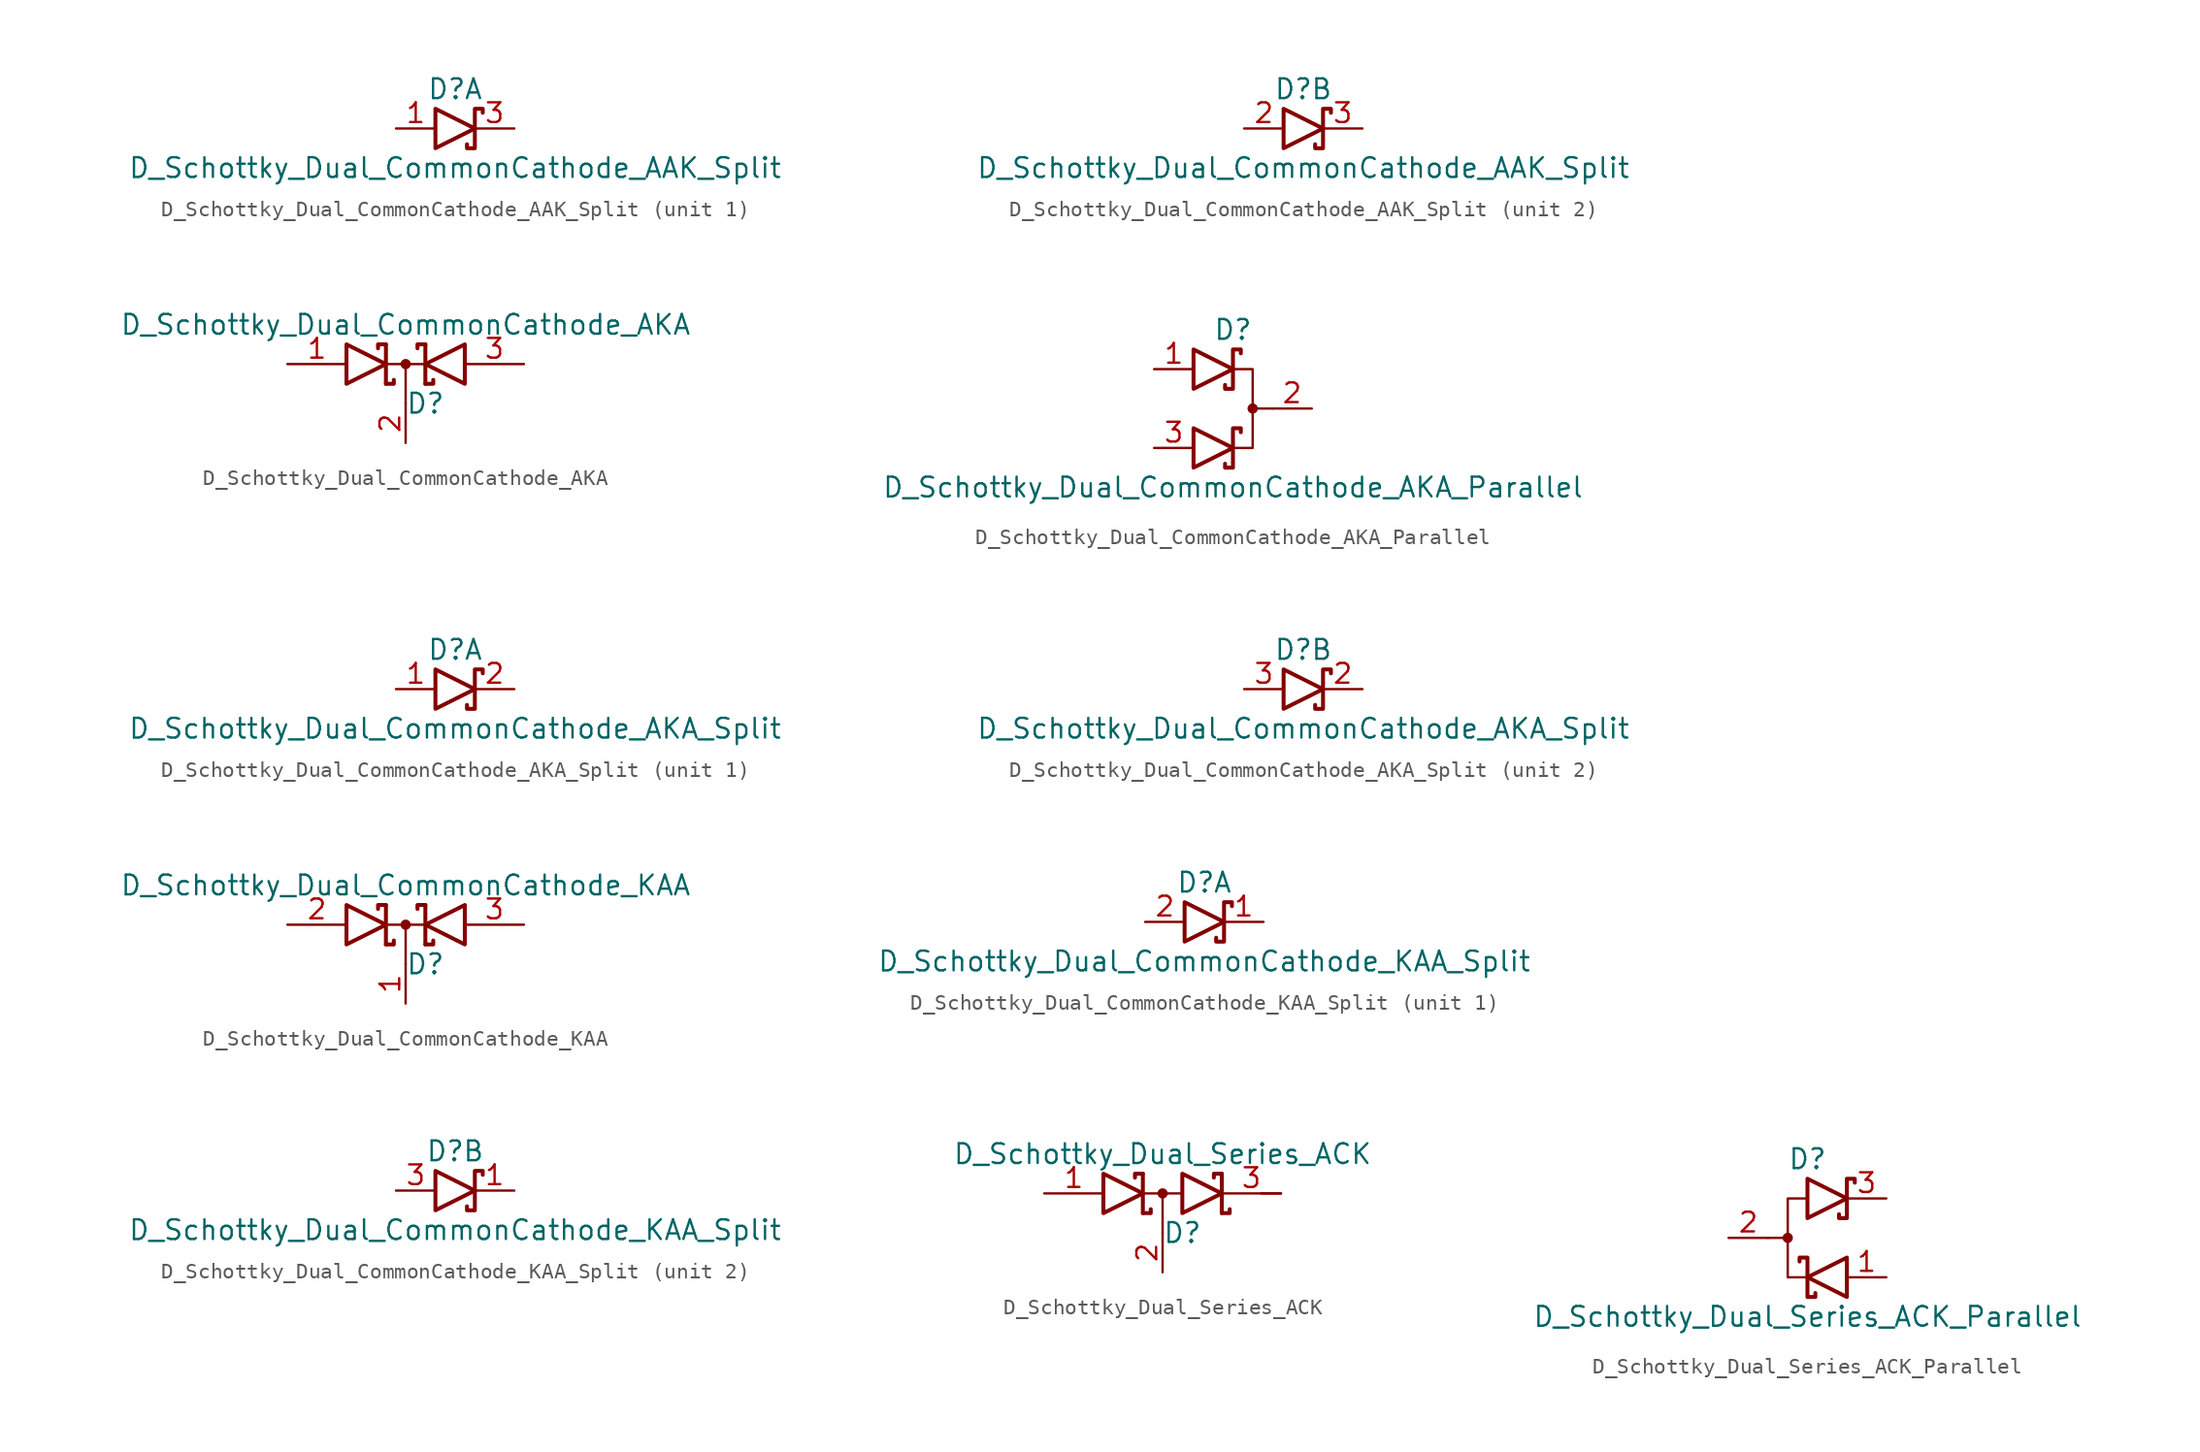
<source format=kicad_sym>
(kicad_symbol_lib
  (version 20241209)
  (generator "kicad_symbol_editor")
  (generator_version "9.0")
  (symbol "D_Schottky_Dual_CommonCathode_AAK_Split"
    (pin_names
      (offset 0.762)
      (hide yes))
    (property "Reference" "D"
      (at 0 2.54 0)
      (effects (font (size 1.27 1.27))))
    (property "Value" "D_Schottky_Dual_CommonCathode_AAK_Split"
      (at 0 -2.54 0)
      (effects (font (size 1.27 1.27))))
    (property "ki_locked" ""
      (at 0 0 0)
      (effects (font (size 1.27 1.27))))
    (symbol "D_Schottky_Dual_CommonCathode_AAK_Split_0_1"
      (polyline (pts (xy -1.27 1.27) (xy 1.27 0) (xy -1.27 -1.27) (xy -1.27 1.27) (xy -1.27 1.27) (xy -1.27 1.27)) (stroke (width 0.254) (type default)) (fill (type none)))
      (polyline (pts (xy 1.778 1.016) (xy 1.778 1.27) (xy 1.27 1.27) (xy 1.27 -1.27) (xy 0.762 -1.27) (xy 0.762 -1.016)) (stroke (width 0.254) (type default)) (fill (type none)))
      (pin passive line (at 3.81 0 180) (length 2.54) (name "K" (effects (font (size 1.27 1.27)))) (number "3" (effects (font (size 1.27 1.27))))))
    (symbol "D_Schottky_Dual_CommonCathode_AAK_Split_1_1"
      (pin passive line (at -3.81 0 0) (length 2.54) (name "A" (effects (font (size 1.27 1.27)))) (number "1" (effects (font (size 1.27 1.27))))))
    (symbol "D_Schottky_Dual_CommonCathode_AAK_Split_2_1"
      (pin passive line (at -3.81 0 0) (length 2.54) (name "A" (effects (font (size 1.27 1.27)))) (number "2" (effects (font (size 1.27 1.27)))))))
  (symbol "D_Schottky_Dual_CommonCathode_AKA"
    (pin_names
      (offset 0.762)
      (hide yes))
    (property "Reference" "D"
      (at 1.27 -2.54 0)
      (effects (font (size 1.27 1.27))))
    (property "Value" "D_Schottky_Dual_CommonCathode_AKA"
      (at 0 2.54 0)
      (effects (font (size 1.27 1.27))))
    (symbol "D_Schottky_Dual_CommonCathode_AKA_0_1"
      (polyline (pts (xy -3.81 1.27) (xy -1.27 0) (xy -3.81 -1.27) (xy -3.81 1.27) (xy -3.81 1.27) (xy -3.81 1.27)) (stroke (width 0.254) (type default)) (fill (type none)))
      (polyline (pts (xy -1.778 1.016) (xy -1.778 1.27) (xy -1.27 1.27) (xy -1.27 1.27) (xy -1.27 1.27)) (stroke (width 0.254) (type default)) (fill (type none)))
      (polyline (pts (xy -1.27 -1.27) (xy -1.27 1.27) (xy -1.27 1.27)) (stroke (width 0.254) (type default)) (fill (type none)))
      (polyline (pts (xy -1.27 -1.27) (xy -0.762 -1.27) (xy -0.762 -1.016) (xy -0.762 -1.016)) (stroke (width 0.254) (type default)) (fill (type none)))
      (polyline (pts (xy 0 0) (xy 0 -2.54)) (stroke (width 0) (type default)) (fill (type none)))
      (circle (center 0 0) (radius 0.254) (stroke (width 0) (type default)) (fill (type outline)))
      (polyline (pts (xy 1.27 1.27) (xy 0.762 1.27) (xy 0.762 1.016) (xy 0.762 1.016)) (stroke (width 0.254) (type default)) (fill (type none)))
      (polyline (pts (xy 1.27 0) (xy -1.27 0)) (stroke (width 0) (type default)) (fill (type none)))
      (polyline (pts (xy 1.27 -1.27) (xy 1.27 1.27) (xy 1.27 1.27)) (stroke (width 0.254) (type default)) (fill (type none)))
      (polyline (pts (xy 1.27 -1.27) (xy 1.778 -1.27) (xy 1.778 -1.016) (xy 1.778 -1.016)) (stroke (width 0.254) (type default)) (fill (type none)))
      (polyline (pts (xy 3.81 -1.27) (xy 1.27 0) (xy 3.81 1.27) (xy 3.81 -1.27) (xy 3.81 -1.27) (xy 3.81 -1.27)) (stroke (width 0.254) (type default)) (fill (type none)))
      (pin passive line (at -7.62 0 0) (length 3.81) (name "A" (effects (font (size 1.27 1.27)))) (number "1" (effects (font (size 1.27 1.27)))))
      (pin passive line (at 0 -5.08 90) (length 2.54) (name "K" (effects (font (size 1.27 1.27)))) (number "2" (effects (font (size 1.27 1.27)))))
      (pin passive line (at 7.62 0 180) (length 3.81) (name "A" (effects (font (size 1.27 1.27)))) (number "3" (effects (font (size 1.27 1.27)))))))
  (symbol "D_Schottky_Dual_CommonCathode_AKA_Parallel"
    (pin_names
      (offset 0.762)
      (hide yes))
    (property "Reference" "D"
      (at 0 5.08 0)
      (effects (font (size 1.27 1.27))))
    (property "Value" "D_Schottky_Dual_CommonCathode_AKA_Parallel"
      (at 0 -5.08 0)
      (effects (font (size 1.27 1.27))))
    (symbol "D_Schottky_Dual_CommonCathode_AKA_Parallel_0_1"
      (polyline (pts (xy -2.54 3.81) (xy 0 2.54) (xy -2.54 1.27) (xy -2.54 3.81) (xy -2.54 3.81) (xy -2.54 3.81)) (stroke (width 0.254) (type default)) (fill (type none)))
      (polyline (pts (xy -2.54 -1.27) (xy 0 -2.54) (xy -2.54 -3.81) (xy -2.54 -1.27) (xy -2.54 -1.27) (xy -2.54 -1.27)) (stroke (width 0.254) (type default)) (fill (type none)))
      (polyline (pts (xy 0 -2.54) (xy 1.27 -2.54) (xy 1.27 2.54) (xy 0 2.54)) (stroke (width 0) (type default)) (fill (type none)))
      (polyline (pts (xy 0.508 3.556) (xy 0.508 3.81) (xy 0 3.81) (xy 0 1.27) (xy -0.508 1.27) (xy -0.508 1.524)) (stroke (width 0.254) (type default)) (fill (type none)))
      (polyline (pts (xy 0.508 -1.524) (xy 0.508 -1.27) (xy 0 -1.27) (xy 0 -3.81) (xy -0.508 -3.81) (xy -0.508 -3.556)) (stroke (width 0.254) (type default)) (fill (type none)))
      (polyline (pts (xy 1.27 0) (xy 2.54 0)) (stroke (width 0) (type default)) (fill (type none)))
      (circle (center 1.27 0) (radius 0.254) (stroke (width 0) (type default)) (fill (type outline)))
      (pin passive line (at -5.08 2.54 0) (length 2.54) (name "A" (effects (font (size 1.27 1.27)))) (number "1" (effects (font (size 1.27 1.27)))))
      (pin passive line (at -5.08 -2.54 0) (length 2.54) (name "A" (effects (font (size 1.27 1.27)))) (number "3" (effects (font (size 1.27 1.27)))))
      (pin passive line (at 5.08 0 180) (length 2.54) (name "K" (effects (font (size 1.27 1.27)))) (number "2" (effects (font (size 1.27 1.27)))))))
  (symbol "D_Schottky_Dual_CommonCathode_AKA_Split"
    (pin_names
      (offset 0.762)
      (hide yes))
    (property "Reference" "D"
      (at 0 2.54 0)
      (effects (font (size 1.27 1.27))))
    (property "Value" "D_Schottky_Dual_CommonCathode_AKA_Split"
      (at 0 -2.54 0)
      (effects (font (size 1.27 1.27))))
    (property "ki_locked" ""
      (at 0 0 0)
      (effects (font (size 1.27 1.27))))
    (symbol "D_Schottky_Dual_CommonCathode_AKA_Split_0_1"
      (polyline (pts (xy -1.27 1.27) (xy 1.27 0) (xy -1.27 -1.27) (xy -1.27 1.27) (xy -1.27 1.27) (xy -1.27 1.27)) (stroke (width 0.254) (type default)) (fill (type none)))
      (polyline (pts (xy 1.778 1.016) (xy 1.778 1.27) (xy 1.27 1.27) (xy 1.27 -1.27) (xy 0.762 -1.27) (xy 0.762 -1.016)) (stroke (width 0.254) (type default)) (fill (type none)))
      (pin passive line (at 3.81 0 180) (length 2.54) (name "K" (effects (font (size 1.27 1.27)))) (number "2" (effects (font (size 1.27 1.27))))))
    (symbol "D_Schottky_Dual_CommonCathode_AKA_Split_1_1"
      (pin passive line (at -3.81 0 0) (length 2.54) (name "A" (effects (font (size 1.27 1.27)))) (number "1" (effects (font (size 1.27 1.27))))))
    (symbol "D_Schottky_Dual_CommonCathode_AKA_Split_2_1"
      (pin passive line (at -3.81 0 0) (length 2.54) (name "A" (effects (font (size 1.27 1.27)))) (number "3" (effects (font (size 1.27 1.27)))))))
  (symbol "D_Schottky_Dual_CommonCathode_KAA"
    (pin_names
      (offset 0.762)
      (hide yes))
    (property "Reference" "D"
      (at 1.27 -2.54 0)
      (effects (font (size 1.27 1.27))))
    (property "Value" "D_Schottky_Dual_CommonCathode_KAA"
      (at 0 2.54 0)
      (effects (font (size 1.27 1.27))))
    (symbol "D_Schottky_Dual_CommonCathode_KAA_0_1"
      (polyline (pts (xy -3.81 1.27) (xy -1.27 0) (xy -3.81 -1.27) (xy -3.81 1.27) (xy -3.81 1.27) (xy -3.81 1.27)) (stroke (width 0.254) (type default)) (fill (type none)))
      (polyline (pts (xy -1.778 1.016) (xy -1.778 1.27) (xy -1.27 1.27) (xy -1.27 1.27) (xy -1.27 1.27)) (stroke (width 0.254) (type default)) (fill (type none)))
      (polyline (pts (xy -1.27 0) (xy 1.27 0)) (stroke (width 0) (type default)) (fill (type none)))
      (polyline (pts (xy -1.27 -1.27) (xy -1.27 1.27) (xy -1.27 1.27)) (stroke (width 0.254) (type default)) (fill (type none)))
      (polyline (pts (xy -1.27 -1.27) (xy -0.762 -1.27) (xy -0.762 -1.016) (xy -0.762 -1.016)) (stroke (width 0.254) (type default)) (fill (type none)))
      (polyline (pts (xy 0 0) (xy 0 -2.54)) (stroke (width 0) (type default)) (fill (type none)))
      (circle (center 0 0) (radius 0.254) (stroke (width 0) (type default)) (fill (type outline)))
      (polyline (pts (xy 1.27 1.27) (xy 0.762 1.27) (xy 0.762 1.016) (xy 0.762 1.016)) (stroke (width 0.254) (type default)) (fill (type none)))
      (polyline (pts (xy 1.27 -1.27) (xy 1.27 1.27) (xy 1.27 1.27)) (stroke (width 0.254) (type default)) (fill (type none)))
      (polyline (pts (xy 1.27 -1.27) (xy 1.778 -1.27) (xy 1.778 -1.016) (xy 1.778 -1.016)) (stroke (width 0.254) (type default)) (fill (type none)))
      (polyline (pts (xy 3.81 -1.27) (xy 1.27 0) (xy 3.81 1.27) (xy 3.81 -1.27) (xy 3.81 -1.27) (xy 3.81 -1.27)) (stroke (width 0.254) (type default)) (fill (type none)))
      (pin passive line (at -7.62 0 0) (length 3.81) (name "A" (effects (font (size 1.27 1.27)))) (number "2" (effects (font (size 1.27 1.27)))))
      (pin passive line (at 0 -5.08 90) (length 2.54) (name "K" (effects (font (size 1.27 1.27)))) (number "1" (effects (font (size 1.27 1.27)))))
      (pin passive line (at 7.62 0 180) (length 3.81) (name "A" (effects (font (size 1.27 1.27)))) (number "3" (effects (font (size 1.27 1.27)))))))
  (symbol "D_Schottky_Dual_CommonCathode_KAA_Split"
    (pin_names
      (offset 0.762)
      (hide yes))
    (property "Reference" "D"
      (at 0 2.54 0)
      (effects (font (size 1.27 1.27))))
    (property "Value" "D_Schottky_Dual_CommonCathode_KAA_Split"
      (at 0 -2.54 0)
      (effects (font (size 1.27 1.27))))
    (property "ki_locked" ""
      (at 0 0 0)
      (effects (font (size 1.27 1.27))))
    (symbol "D_Schottky_Dual_CommonCathode_KAA_Split_0_1"
      (polyline (pts (xy -1.27 1.27) (xy 1.27 0) (xy -1.27 -1.27) (xy -1.27 1.27) (xy -1.27 1.27) (xy -1.27 1.27)) (stroke (width 0.254) (type default)) (fill (type none)))
      (polyline (pts (xy 1.778 1.016) (xy 1.778 1.27) (xy 1.27 1.27) (xy 1.27 -1.27) (xy 0.762 -1.27) (xy 0.762 -1.016)) (stroke (width 0.254) (type default)) (fill (type none)))
      (pin passive line (at 3.81 0 180) (length 2.54) (name "K" (effects (font (size 1.27 1.27)))) (number "1" (effects (font (size 1.27 1.27))))))
    (symbol "D_Schottky_Dual_CommonCathode_KAA_Split_1_1"
      (pin passive line (at -3.81 0 0) (length 2.54) (name "A" (effects (font (size 1.27 1.27)))) (number "2" (effects (font (size 1.27 1.27))))))
    (symbol "D_Schottky_Dual_CommonCathode_KAA_Split_2_1"
      (pin passive line (at -3.81 0 0) (length 2.54) (name "K" (effects (font (size 1.27 1.27)))) (number "3" (effects (font (size 1.27 1.27)))))))
  (symbol "D_Schottky_Dual_Series_ACK"
    (pin_names
      (offset 0.762)
      (hide yes))
    (property "Reference" "D"
      (at 1.27 -2.54 0)
      (effects (font (size 1.27 1.27))))
    (property "Value" "D_Schottky_Dual_Series_ACK"
      (at 0 2.54 0)
      (effects (font (size 1.27 1.27))))
    (symbol "D_Schottky_Dual_Series_ACK_0_1"
      (polyline (pts (xy -3.81 1.27) (xy -1.27 0) (xy -3.81 -1.27) (xy -3.81 1.27) (xy -3.81 1.27) (xy -3.81 1.27)) (stroke (width 0.254) (type default)) (fill (type none)))
      (polyline (pts (xy -1.778 1.016) (xy -1.778 1.27) (xy -1.27 1.27) (xy -1.27 1.27) (xy -1.27 1.27)) (stroke (width 0.254) (type default)) (fill (type none)))
      (polyline (pts (xy -1.27 -1.27) (xy -1.27 1.27) (xy -1.27 1.27)) (stroke (width 0.254) (type default)) (fill (type none)))
      (polyline (pts (xy -1.27 -1.27) (xy -0.762 -1.27) (xy -0.762 -1.016) (xy -0.762 -1.016)) (stroke (width 0.254) (type default)) (fill (type none)))
      (polyline (pts (xy 0 0) (xy 0 -2.54)) (stroke (width 0) (type default)) (fill (type none)))
      (circle (center 0 0) (radius 0.254) (stroke (width 0) (type default)) (fill (type outline)))
      (polyline (pts (xy 1.27 1.27) (xy 3.81 0) (xy 1.27 -1.27) (xy 1.27 1.27) (xy 1.27 1.27) (xy 1.27 1.27)) (stroke (width 0.254) (type default)) (fill (type none)))
      (polyline (pts (xy 1.27 0) (xy -1.27 0)) (stroke (width 0) (type default)) (fill (type none)))
      (polyline (pts (xy 3.81 1.27) (xy 3.81 -1.27) (xy 3.81 -1.27)) (stroke (width 0.254) (type default)) (fill (type none)))
      (polyline (pts (xy 3.81 1.27) (xy 3.302 1.27) (xy 3.302 1.016) (xy 3.302 1.016)) (stroke (width 0.254) (type default)) (fill (type none)))
      (polyline (pts (xy 3.81 -1.27) (xy 4.318 -1.27) (xy 4.318 -1.016) (xy 4.318 -1.016)) (stroke (width 0.254) (type default)) (fill (type none)))
      (polyline (pts (xy 6.35 0) (xy 7.62 0)) (stroke (width 0) (type default)) (fill (type none)))
      (pin passive line (at -7.62 0 0) (length 3.81) (name "A" (effects (font (size 1.27 1.27)))) (number "1" (effects (font (size 1.27 1.27)))))
      (pin passive line (at 0 -5.08 90) (length 2.54) (name "common" (effects (font (size 1.27 1.27)))) (number "2" (effects (font (size 1.27 1.27)))))
      (pin passive line (at 7.62 0 180) (length 3.81) (name "K" (effects (font (size 1.27 1.27)))) (number "3" (effects (font (size 1.27 1.27)))))))
  (symbol "D_Schottky_Dual_Series_ACK_Parallel"
    (pin_names
      (offset 0.762)
      (hide yes))
    (property "Reference" "D"
      (at 0 5.08 0)
      (effects (font (size 1.27 1.27))))
    (property "Value" "D_Schottky_Dual_Series_ACK_Parallel"
      (at 0 -5.08 0)
      (effects (font (size 1.27 1.27))))
    (symbol "D_Schottky_Dual_Series_ACK_Parallel_0_1"
      (circle (center -1.27 0) (radius 0.254) (stroke (width 0) (type default)) (fill (type outline)))
      (polyline (pts (xy -1.27 0) (xy -2.54 0)) (stroke (width 0) (type default)) (fill (type none)))
      (polyline (pts (xy -0.508 -1.524) (xy -0.508 -1.27) (xy 0 -1.27) (xy 0 -3.81) (xy 0.508 -3.81) (xy 0.508 -3.556)) (stroke (width 0.254) (type default)) (fill (type none)))
      (polyline (pts (xy 0 3.81) (xy 2.54 2.54) (xy 0 1.27) (xy 0 3.81) (xy 0 3.81) (xy 0 3.81)) (stroke (width 0.254) (type default)) (fill (type none)))
      (polyline (pts (xy 0 2.54) (xy -1.27 2.54) (xy -1.27 -2.54) (xy 0 -2.54)) (stroke (width 0) (type default)) (fill (type none)))
      (polyline (pts (xy 2.54 -1.27) (xy 0 -2.54) (xy 2.54 -3.81) (xy 2.54 -1.27) (xy 2.54 -1.27) (xy 2.54 -1.27)) (stroke (width 0.254) (type default)) (fill (type none)))
      (polyline (pts (xy 3.048 3.556) (xy 3.048 3.81) (xy 2.54 3.81) (xy 2.54 1.27) (xy 2.032 1.27) (xy 2.032 1.524)) (stroke (width 0.254) (type default)) (fill (type none)))
      (pin passive line (at -5.08 0 0) (length 2.54) (name "A" (effects (font (size 1.27 1.27)))) (number "2" (effects (font (size 1.27 1.27)))))
      (pin passive line (at 5.08 2.54 180) (length 2.54) (name "K" (effects (font (size 1.27 1.27)))) (number "3" (effects (font (size 1.27 1.27)))))
      (pin passive line (at 5.08 -2.54 180) (length 2.54) (name "K" (effects (font (size 1.27 1.27)))) (number "1" (effects (font (size 1.27 1.27))))))))
</source>
